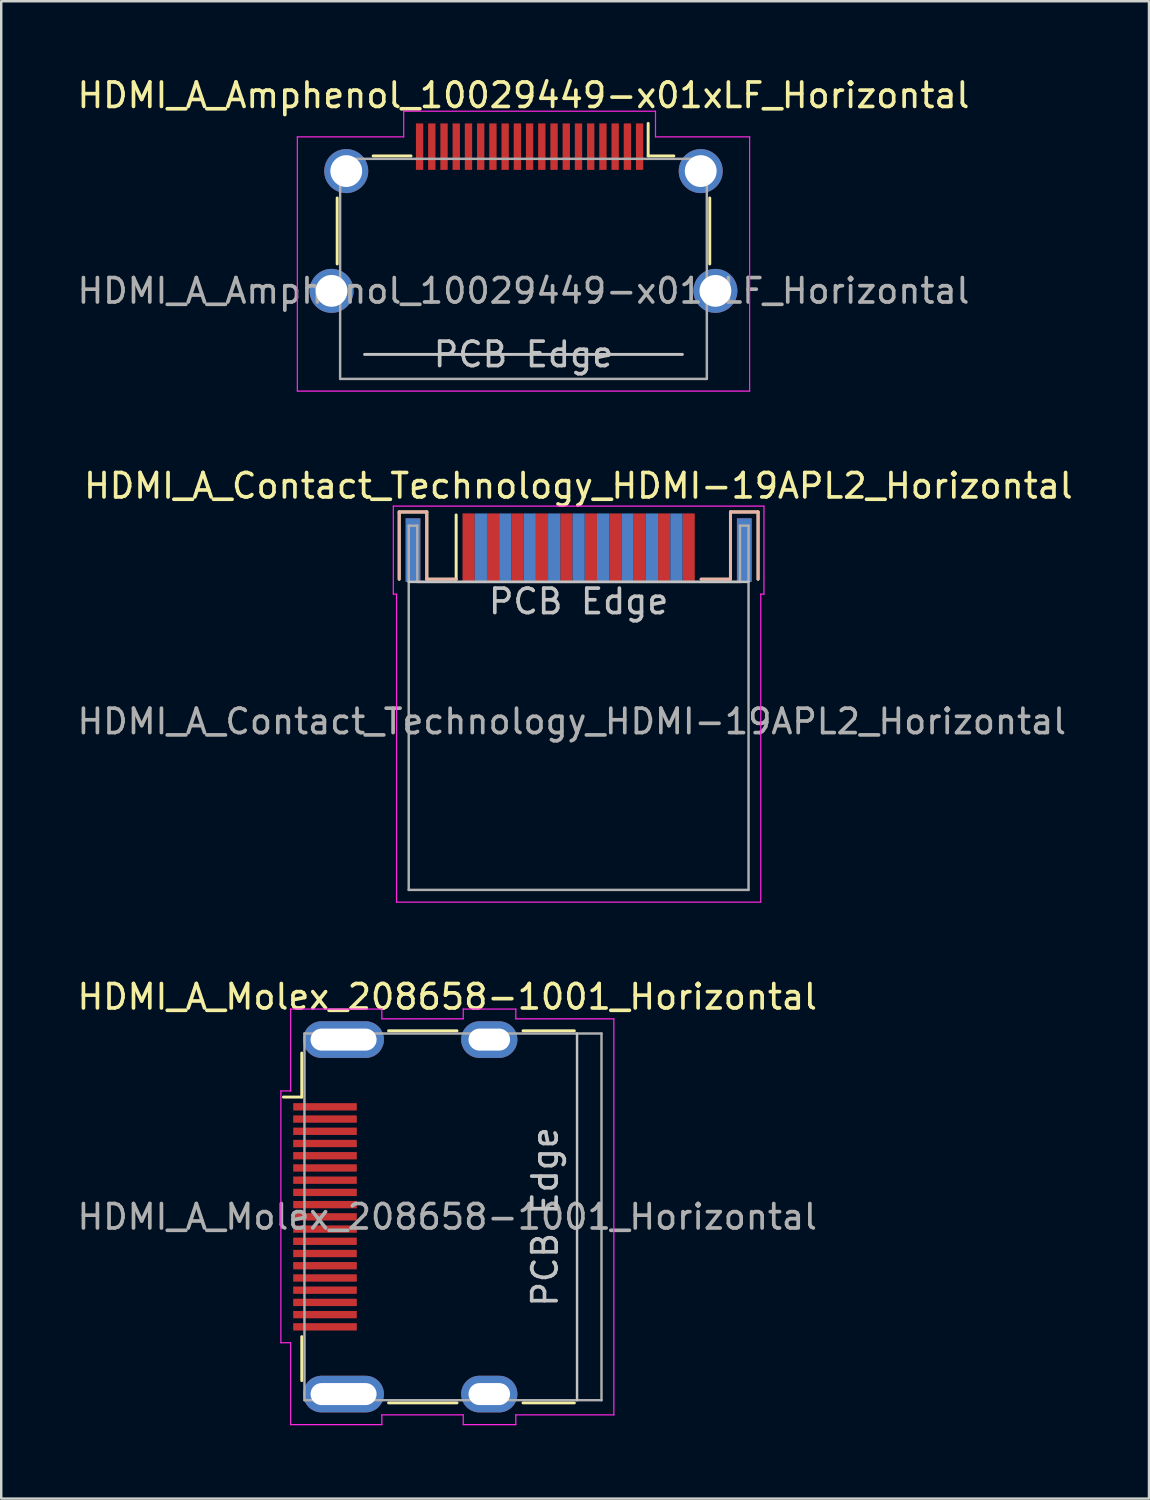
<source format=kicad_pcb>
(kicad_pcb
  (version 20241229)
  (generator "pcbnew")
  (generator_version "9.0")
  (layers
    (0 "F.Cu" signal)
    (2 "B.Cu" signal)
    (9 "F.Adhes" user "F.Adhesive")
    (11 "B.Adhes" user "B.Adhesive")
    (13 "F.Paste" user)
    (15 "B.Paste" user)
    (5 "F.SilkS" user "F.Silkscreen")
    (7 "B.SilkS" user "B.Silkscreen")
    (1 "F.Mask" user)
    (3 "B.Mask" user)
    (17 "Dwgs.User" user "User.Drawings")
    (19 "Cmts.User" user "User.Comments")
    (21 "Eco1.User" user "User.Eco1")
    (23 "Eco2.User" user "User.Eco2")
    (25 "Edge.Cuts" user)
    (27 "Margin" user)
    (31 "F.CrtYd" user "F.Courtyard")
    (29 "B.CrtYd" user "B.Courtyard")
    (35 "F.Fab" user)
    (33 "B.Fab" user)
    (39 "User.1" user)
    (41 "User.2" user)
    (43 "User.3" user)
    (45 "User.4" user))
  (footprint "HDMI_A_Contact_Technology_HDMI-19APL2_Horizontal"
    (layer "F.Cu")
    (at 20.619 19.352)
    (property "Reference" "HDMI_A_Contact_Technology_HDMI-19APL2_Horizontal" (at -0.01 -2.53 0) (layer "F.SilkS") (effects (font (size 1 1) (thickness 0.15))))
    (attr smd)
    (fp_line (start -7.34 -1.46) (end -6.21 -1.46) (stroke (width 0.12) (type solid)) (layer "F.SilkS"))
    (fp_line (start -7.34 1.29) (end -7.34 -1.46) (stroke (width 0.12) (type solid)) (layer "F.SilkS"))
    (fp_line (start -6.21 -1.46) (end -6.21 1.29) (stroke (width 0.12) (type solid)) (layer "F.SilkS"))
    (fp_line (start -6.21 1.29) (end -5.01 1.29) (stroke (width 0.12) (type solid)) (layer "F.SilkS"))
    (fp_line (start -5.01 1.29) (end -5.01 -1.34) (stroke (width 0.12) (type solid)) (layer "F.SilkS"))
    (fp_line (start 6.21 -1.46) (end 6.21 1.29) (stroke (width 0.12) (type solid)) (layer "F.SilkS"))
    (fp_line (start 6.21 1.29) (end 5.01 1.29) (stroke (width 0.12) (type solid)) (layer "F.SilkS"))
    (fp_line (start 7.34 -1.46) (end 6.21 -1.46) (stroke (width 0.12) (type solid)) (layer "F.SilkS"))
    (fp_line (start 7.34 1.29) (end 7.34 -1.46) (stroke (width 0.12) (type solid)) (layer "F.SilkS"))
    (fp_line (start -7.34 -1.46) (end -6.21 -1.46) (stroke (width 0.12) (type solid)) (layer "B.SilkS"))
    (fp_line (start -7.34 1.29) (end -7.34 -1.46) (stroke (width 0.12) (type solid)) (layer "B.SilkS"))
    (fp_line (start -6.21 -1.46) (end -6.21 1.29) (stroke (width 0.12) (type solid)) (layer "B.SilkS"))
    (fp_line (start -6.21 1.29) (end -5.01 1.29) (stroke (width 0.12) (type solid)) (layer "B.SilkS"))
    (fp_line (start 6.21 -1.46) (end 6.21 1.29) (stroke (width 0.12) (type solid)) (layer "B.SilkS"))
    (fp_line (start 6.21 1.29) (end 5.01 1.29) (stroke (width 0.12) (type solid)) (layer "B.SilkS"))
    (fp_line (start 7.34 -1.46) (end 6.21 -1.46) (stroke (width 0.12) (type solid)) (layer "B.SilkS"))
    (fp_line (start 7.34 1.29) (end 7.34 -1.46) (stroke (width 0.12) (type solid)) (layer "B.SilkS"))
    (fp_line (start -6.95 1.4) (end 6.95 1.4) (stroke (width 0.1) (type solid)) (layer "Dwgs.User"))
    (fp_line (start -7.58 1.9) (end -7.58 -1.7) (stroke (width 0.05) (type solid)) (layer "F.CrtYd"))
    (fp_line (start -7.45 1.9) (end -7.58 1.9) (stroke (width 0.05) (type solid)) (layer "F.CrtYd"))
    (fp_line (start -7.45 14.5) (end -7.45 1.9) (stroke (width 0.05) (type solid)) (layer "F.CrtYd"))
    (fp_line (start -7.45 14.5) (end 7.45 14.5) (stroke (width 0.05) (type solid)) (layer "F.CrtYd"))
    (fp_line (start 7.45 1.9) (end 7.58 1.9) (stroke (width 0.05) (type solid)) (layer "F.CrtYd"))
    (fp_line (start 7.45 14.5) (end 7.45 1.9) (stroke (width 0.05) (type solid)) (layer "F.CrtYd"))
    (fp_line (start 7.58 -1.7) (end -7.58 -1.7) (stroke (width 0.05) (type solid)) (layer "F.CrtYd"))
    (fp_line (start 7.58 1.9) (end 7.58 -1.7) (stroke (width 0.05) (type solid)) (layer "F.CrtYd"))
    (fp_line (start -6.95 -0.9) (end -6.95 14) (stroke (width 0.1) (type solid)) (layer "F.Fab"))
    (fp_line (start -6.95 -0.9) (end -6.6 -0.9) (stroke (width 0.1) (type solid)) (layer "F.Fab"))
    (fp_line (start -6.95 14) (end 6.95 14) (stroke (width 0.1) (type solid)) (layer "F.Fab"))
    (fp_line (start -6.6 -0.9) (end -6.6 1.4) (stroke (width 0.1) (type solid)) (layer "F.Fab"))
    (fp_line (start -6.6 1.4) (end 6.6 1.4) (stroke (width 0.1) (type solid)) (layer "F.Fab"))
    (fp_line (start 6.6 -0.9) (end 6.6 1.4) (stroke (width 0.1) (type solid)) (layer "F.Fab"))
    (fp_line (start 6.95 -0.9) (end 6.6 -0.9) (stroke (width 0.1) (type solid)) (layer "F.Fab"))
    (fp_line (start 6.95 -0.9) (end 6.95 14) (stroke (width 0.1) (type solid)) (layer "F.Fab"))
    (fp_text user "PCB Edge" (at 0 2.2 0) (layer "Dwgs.User") (effects (font (size 1 1) (thickness 0.15))))
    (fp_text user "${REFERENCE}" (at -0.28 7.11 0) (layer "F.Fab") (effects (font (size 1 1) (thickness 0.15))))
    (pad "1" smd rect (at -4.5 0) (size 0.5 2.8) (layers "F.Cu" "F.Mask" "F.Paste"))
    (pad "2" smd rect (at -4 0) (size 0.5 2.8) (layers "B.Cu" "B.Mask" "B.Paste"))
    (pad "3" smd rect (at -3.5 0) (size 0.5 2.8) (layers "F.Cu" "F.Mask" "F.Paste"))
    (pad "4" smd rect (at -3 0) (size 0.5 2.8) (layers "B.Cu" "B.Mask" "B.Paste"))
    (pad "5" smd rect (at -2.5 0) (size 0.5 2.8) (layers "F.Cu" "F.Mask" "F.Paste"))
    (pad "6" smd rect (at -2 0) (size 0.5 2.8) (layers "B.Cu" "B.Mask" "B.Paste"))
    (pad "7" smd rect (at -1.5 0) (size 0.5 2.8) (layers "F.Cu" "F.Mask" "F.Paste"))
    (pad "8" smd rect (at -1 0) (size 0.5 2.8) (layers "B.Cu" "B.Mask" "B.Paste"))
    (pad "9" smd rect (at -0.5 0) (size 0.5 2.8) (layers "F.Cu" "F.Mask" "F.Paste"))
    (pad "10" smd rect (at 0 0) (size 0.5 2.8) (layers "B.Cu" "B.Mask" "B.Paste"))
    (pad "11" smd rect (at 0.5 0) (size 0.5 2.8) (layers "F.Cu" "F.Mask" "F.Paste"))
    (pad "12" smd rect (at 1 0) (size 0.5 2.8) (layers "B.Cu" "B.Mask" "B.Paste"))
    (pad "13" smd rect (at 1.5 0) (size 0.5 2.8) (layers "F.Cu" "F.Mask" "F.Paste"))
    (pad "14" smd rect (at 2 0) (size 0.5 2.8) (layers "B.Cu" "B.Mask" "B.Paste"))
    (pad "15" smd rect (at 2.5 0) (size 0.5 2.8) (layers "F.Cu" "F.Mask" "F.Paste"))
    (pad "16" smd rect (at 3 0) (size 0.5 2.8) (layers "B.Cu" "B.Mask" "B.Paste"))
    (pad "17" smd rect (at 3.5 0) (size 0.5 2.8) (layers "F.Cu" "F.Mask" "F.Paste"))
    (pad "18" smd rect (at 4 0) (size 0.5 2.8) (layers "B.Cu" "B.Mask" "B.Paste"))
    (pad "19" smd rect (at 4.5 0) (size 0.5 2.8) (layers "F.Cu" "F.Mask" "F.Paste"))
    (pad "SH" smd rect (at -6.775 0.1) (size 0.6 2.6) (layers "F.Cu" "F.Mask" "F.Paste"))
    (pad "SH" smd rect (at -6.775 0.1) (size 0.6 2.6) (layers "B.Cu" "B.Mask" "B.Paste"))
    (pad "SH" smd rect (at 6.775 0.1) (size 0.6 2.6) (layers "F.Cu" "F.Mask" "F.Paste"))
    (pad "SH" smd rect (at 6.775 0.1) (size 0.6 2.6) (layers "B.Cu" "B.Mask" "B.Paste")))
  (footprint "HDMI_A_Molex_208658-1001_Horizontal"
    (layer "F.Cu")
    (at 13.529 46.725)
    (property "Reference" "HDMI_A_Molex_208658-1001_Horizontal" (at 1.715 -9 0) (layer "F.SilkS") (effects (font (size 1 1) (thickness 0.15))))
    (attr smd)
    (fp_line (start -4.985 -4.9) (end -4.235 -4.9) (stroke (width 0.12) (type solid)) (layer "F.SilkS"))
    (fp_line (start -4.235 -4.9) (end -4.235 -6.7) (stroke (width 0.12) (type solid)) (layer "F.SilkS"))
    (fp_line (start -4.235 6.7) (end -4.235 4.9) (stroke (width 0.12) (type solid)) (layer "F.SilkS"))
    (fp_line (start -0.685 -7.61) (end 2.115 -7.61) (stroke (width 0.12) (type solid)) (layer "F.SilkS"))
    (fp_line (start -0.685 7.61) (end 2.115 7.61) (stroke (width 0.12) (type solid)) (layer "F.SilkS"))
    (fp_line (start 4.815 -7.61) (end 6.915 -7.61) (stroke (width 0.12) (type solid)) (layer "F.SilkS"))
    (fp_line (start 4.815 7.61) (end 6.915 7.61) (stroke (width 0.12) (type solid)) (layer "F.SilkS"))
    (fp_line (start 7.025 -7.5) (end 7.025 7.5) (stroke (width 0.1) (type solid)) (layer "Dwgs.User"))
    (fp_line (start -5.09 5.15) (end -5.09 -5.15) (stroke (width 0.05) (type solid)) (layer "F.CrtYd"))
    (fp_line (start -4.69 -5.15) (end -5.09 -5.15) (stroke (width 0.05) (type solid)) (layer "F.CrtYd"))
    (fp_line (start -4.69 -5.15) (end -4.69 -8.5) (stroke (width 0.05) (type solid)) (layer "F.CrtYd"))
    (fp_line (start -4.69 5.15) (end -5.09 5.15) (stroke (width 0.05) (type solid)) (layer "F.CrtYd"))
    (fp_line (start -4.69 8.5) (end -4.69 5.15) (stroke (width 0.05) (type solid)) (layer "F.CrtYd"))
    (fp_line (start -0.96 -8.5) (end -4.69 -8.5) (stroke (width 0.05) (type solid)) (layer "F.CrtYd"))
    (fp_line (start -0.96 -8.1) (end -0.96 -8.5) (stroke (width 0.05) (type solid)) (layer "F.CrtYd"))
    (fp_line (start -0.96 8.5) (end -4.69 8.5) (stroke (width 0.05) (type solid)) (layer "F.CrtYd"))
    (fp_line (start -0.96 8.5) (end -0.96 8.1) (stroke (width 0.05) (type solid)) (layer "F.CrtYd"))
    (fp_line (start 2.37 -8.1) (end -0.96 -8.1) (stroke (width 0.05) (type solid)) (layer "F.CrtYd"))
    (fp_line (start 2.37 -8.1) (end 2.37 -8.5) (stroke (width 0.05) (type solid)) (layer "F.CrtYd"))
    (fp_line (start 2.37 8.1) (end -0.96 8.1) (stroke (width 0.05) (type solid)) (layer "F.CrtYd"))
    (fp_line (start 2.37 8.5) (end 2.37 8.1) (stroke (width 0.05) (type solid)) (layer "F.CrtYd"))
    (fp_line (start 4.52 -8.5) (end 2.37 -8.5) (stroke (width 0.05) (type solid)) (layer "F.CrtYd"))
    (fp_line (start 4.52 -8.1) (end 4.52 -8.5) (stroke (width 0.05) (type solid)) (layer "F.CrtYd"))
    (fp_line (start 4.52 8.5) (end 2.37 8.5) (stroke (width 0.05) (type solid)) (layer "F.CrtYd"))
    (fp_line (start 4.52 8.5) (end 4.52 8.1) (stroke (width 0.05) (type solid)) (layer "F.CrtYd"))
    (fp_line (start 8.53 -8.1) (end 4.52 -8.1) (stroke (width 0.05) (type solid)) (layer "F.CrtYd"))
    (fp_line (start 8.53 8.1) (end 4.52 8.1) (stroke (width 0.05) (type solid)) (layer "F.CrtYd"))
    (fp_line (start 8.53 8.1) (end 8.53 -8.1) (stroke (width 0.05) (type solid)) (layer "F.CrtYd"))
    (fp_line (start -4.125 -7.5) (end -4.125 7.5) (stroke (width 0.1) (type solid)) (layer "F.Fab"))
    (fp_line (start -4.125 -7.5) (end 8.025 -7.5) (stroke (width 0.1) (type solid)) (layer "F.Fab"))
    (fp_line (start -4.125 7.5) (end 8.025 7.5) (stroke (width 0.1) (type solid)) (layer "F.Fab"))
    (fp_line (start 8.025 -7.5) (end 8.025 7.5) (stroke (width 0.1) (type solid)) (layer "F.Fab"))
    (fp_text user "PCB Edge" (at 5.715 0 90) (layer "Dwgs.User") (effects (font (size 1 1) (thickness 0.15))))
    (fp_text user "${REFERENCE}" (at 1.715 0 0) (layer "F.Fab") (effects (font (size 1 1) (thickness 0.15))))
    (pad "1" smd rect (at -3.285 -4.5) (size 2.6 0.3) (layers "F.Cu" "F.Mask" "F.Paste"))
    (pad "2" smd rect (at -3.285 -4) (size 2.6 0.3) (layers "F.Cu" "F.Mask" "F.Paste"))
    (pad "3" smd rect (at -3.285 -3.5) (size 2.6 0.3) (layers "F.Cu" "F.Mask" "F.Paste"))
    (pad "4" smd rect (at -3.285 -3) (size 2.6 0.3) (layers "F.Cu" "F.Mask" "F.Paste"))
    (pad "5" smd rect (at -3.285 -2.5) (size 2.6 0.3) (layers "F.Cu" "F.Mask" "F.Paste"))
    (pad "6" smd rect (at -3.285 -2) (size 2.6 0.3) (layers "F.Cu" "F.Mask" "F.Paste"))
    (pad "7" smd rect (at -3.285 -1.5) (size 2.6 0.3) (layers "F.Cu" "F.Mask" "F.Paste"))
    (pad "8" smd rect (at -3.285 -1) (size 2.6 0.3) (layers "F.Cu" "F.Mask" "F.Paste"))
    (pad "9" smd rect (at -3.285 -0.5) (size 2.6 0.3) (layers "F.Cu" "F.Mask" "F.Paste"))
    (pad "10" smd rect (at -3.285 0) (size 2.6 0.3) (layers "F.Cu" "F.Mask" "F.Paste"))
    (pad "11" smd rect (at -3.285 0.5) (size 2.6 0.3) (layers "F.Cu" "F.Mask" "F.Paste"))
    (pad "12" smd rect (at -3.285 1) (size 2.6 0.3) (layers "F.Cu" "F.Mask" "F.Paste"))
    (pad "13" smd rect (at -3.285 1.5) (size 2.6 0.3) (layers "F.Cu" "F.Mask" "F.Paste"))
    (pad "14" smd rect (at -3.285 2) (size 2.6 0.3) (layers "F.Cu" "F.Mask" "F.Paste"))
    (pad "15" smd rect (at -3.285 2.5) (size 2.6 0.3) (layers "F.Cu" "F.Mask" "F.Paste"))
    (pad "16" smd rect (at -3.285 3) (size 2.6 0.3) (layers "F.Cu" "F.Mask" "F.Paste"))
    (pad "17" smd rect (at -3.285 3.5) (size 2.6 0.3) (layers "F.Cu" "F.Mask" "F.Paste"))
    (pad "18" smd rect (at -3.285 4) (size 2.6 0.3) (layers "F.Cu" "F.Mask" "F.Paste"))
    (pad "19" smd rect (at -3.285 4.5) (size 2.6 0.3) (layers "F.Cu" "F.Mask" "F.Paste"))
    (pad "SH" thru_hole oval (at -2.525 -7.25) (size 3.3 1.5) (drill oval 2.7 0.9) (layers "*.Cu" "*.Mask"))
    (pad "SH" thru_hole oval (at -2.525 7.25) (size 3.3 1.5) (drill oval 2.7 0.9) (layers "*.Cu" "*.Mask"))
    (pad "SH" thru_hole oval (at 3.435 -7.25) (size 2.3 1.5) (drill oval 1.7 0.9) (layers "*.Cu" "*.Mask"))
    (pad "SH" thru_hole oval (at 3.435 7.25) (size 2.3 1.5) (drill oval 1.7 0.9) (layers "*.Cu" "*.Mask")))
  (footprint "HDMI_A_Amphenol_10029449-x01xLF_Horizontal"
    (layer "F.Cu")
    (at 18.363 7.948)
    (property "Reference" "HDMI_A_Amphenol_10029449-x01xLF_Horizontal" (at 0 -7.1 0) (unlocked yes) (layer "F.SilkS") (effects (font (size 1 1) (thickness 0.15))))
    (attr smd)
    (fp_line (start -7.62 -0.2) (end -7.62 -2.9) (stroke (width 0.12) (type solid)) (layer "F.SilkS"))
    (fp_line (start -6.15 -4.62) (end -4.6 -4.62) (stroke (width 0.12) (type solid)) (layer "F.SilkS"))
    (fp_line (start 5.1 -5.95) (end 5.1 -4.62) (stroke (width 0.12) (type solid)) (layer "F.SilkS"))
    (fp_line (start 5.1 -4.62) (end 6.15 -4.62) (stroke (width 0.12) (type solid)) (layer "F.SilkS"))
    (fp_line (start 7.62 -2.9) (end 7.62 -0.2) (stroke (width 0.12) (type solid)) (layer "F.SilkS"))
    (fp_line (start -6.5 3.5) (end 6.5 3.5) (stroke (width 0.12) (type solid)) (layer "Dwgs.User"))
    (fp_line (start -9.25 -5.4) (end -4.9 -5.4) (stroke (width 0.05) (type solid)) (layer "F.CrtYd"))
    (fp_line (start -9.25 5) (end -9.25 -5.4) (stroke (width 0.05) (type solid)) (layer "F.CrtYd"))
    (fp_line (start -4.9 -6.45) (end 5.4 -6.45) (stroke (width 0.05) (type solid)) (layer "F.CrtYd"))
    (fp_line (start -4.9 -5.4) (end -4.9 -6.45) (stroke (width 0.05) (type solid)) (layer "F.CrtYd"))
    (fp_line (start 5.4 -6.45) (end 5.4 -5.4) (stroke (width 0.05) (type solid)) (layer "F.CrtYd"))
    (fp_line (start 5.4 -5.4) (end 9.25 -5.4) (stroke (width 0.05) (type solid)) (layer "F.CrtYd"))
    (fp_line (start 9.25 -5.4) (end 9.25 5) (stroke (width 0.05) (type solid)) (layer "F.CrtYd"))
    (fp_line (start 9.25 5) (end -9.25 5) (stroke (width 0.05) (type solid)) (layer "F.CrtYd"))
    (fp_line (start -7.5 4.5) (end -7.5 -4.5) (stroke (width 0.1) (type solid)) (layer "F.Fab"))
    (fp_line (start -7.5 4.5) (end 7.5 4.5) (stroke (width 0.1) (type solid)) (layer "F.Fab"))
    (fp_line (start 7.5 -4.5) (end -7.5 -4.5) (stroke (width 0.1) (type solid)) (layer "F.Fab"))
    (fp_line (start 7.5 4.5) (end 7.5 -4.5) (stroke (width 0.1) (type solid)) (layer "F.Fab"))
    (fp_text user "PCB Edge" (at 0 3.5 0) (unlocked yes) (layer "Dwgs.User") (effects (font (size 1 1) (thickness 0.15))))
    (fp_text user "${REFERENCE}" (at 0 0.9 0) (unlocked yes) (layer "F.Fab") (effects (font (size 1 1) (thickness 0.15))))
    (pad "1" smd rect (at 4.75 -5) (size 0.3 1.9) (layers "F.Cu" "F.Mask" "F.Paste"))
    (pad "2" smd rect (at 4.25 -5) (size 0.3 1.9) (layers "F.Cu" "F.Mask" "F.Paste"))
    (pad "3" smd rect (at 3.75 -5) (size 0.3 1.9) (layers "F.Cu" "F.Mask" "F.Paste"))
    (pad "4" smd rect (at 3.25 -5) (size 0.3 1.9) (layers "F.Cu" "F.Mask" "F.Paste"))
    (pad "5" smd rect (at 2.75 -5) (size 0.3 1.9) (layers "F.Cu" "F.Mask" "F.Paste"))
    (pad "6" smd rect (at 2.25 -5) (size 0.3 1.9) (layers "F.Cu" "F.Mask" "F.Paste"))
    (pad "7" smd rect (at 1.75 -5) (size 0.3 1.9) (layers "F.Cu" "F.Mask" "F.Paste"))
    (pad "8" smd rect (at 1.25 -5) (size 0.3 1.9) (layers "F.Cu" "F.Mask" "F.Paste"))
    (pad "9" smd rect (at 0.75 -5) (size 0.3 1.9) (layers "F.Cu" "F.Mask" "F.Paste"))
    (pad "10" smd rect (at 0.25 -5) (size 0.3 1.9) (layers "F.Cu" "F.Mask" "F.Paste"))
    (pad "11" smd rect (at -0.25 -5) (size 0.3 1.9) (layers "F.Cu" "F.Mask" "F.Paste"))
    (pad "12" smd rect (at -0.75 -5) (size 0.3 1.9) (layers "F.Cu" "F.Mask" "F.Paste"))
    (pad "13" smd rect (at -1.25 -5) (size 0.3 1.9) (layers "F.Cu" "F.Mask" "F.Paste"))
    (pad "14" smd rect (at -1.75 -5) (size 0.3 1.9) (layers "F.Cu" "F.Mask" "F.Paste"))
    (pad "15" smd rect (at -2.25 -5) (size 0.3 1.9) (layers "F.Cu" "F.Mask" "F.Paste"))
    (pad "16" smd rect (at -2.75 -5) (size 0.3 1.9) (layers "F.Cu" "F.Mask" "F.Paste"))
    (pad "17" smd rect (at -3.25 -5) (size 0.3 1.9) (layers "F.Cu" "F.Mask" "F.Paste"))
    (pad "18" smd rect (at -3.75 -5) (size 0.3 1.9) (layers "F.Cu" "F.Mask" "F.Paste"))
    (pad "19" smd rect (at -4.25 -5) (size 0.3 1.9) (layers "F.Cu" "F.Mask" "F.Paste"))
    (pad "SH" thru_hole circle (at -7.85 0.9) (size 1.8 1.8) (drill 1.3) (layers "*.Cu" "*.Mask"))
    (pad "SH" thru_hole circle (at -7.25 -4) (size 1.8 1.8) (drill 1.3) (layers "*.Cu" "*.Mask"))
    (pad "SH" thru_hole circle (at 7.25 -4) (size 1.8 1.8) (drill 1.3) (layers "*.Cu" "*.Mask"))
    (pad "SH" thru_hole circle (at 7.85 0.9) (size 1.8 1.8) (drill 1.3) (layers "*.Cu" "*.Mask")))
  (gr_rect
    (start -3 -3)
    (end 43.949 58.25)
    (stroke (width 0.1) (type default))
    (fill no)
    (layer "Edge.Cuts")))
</source>
